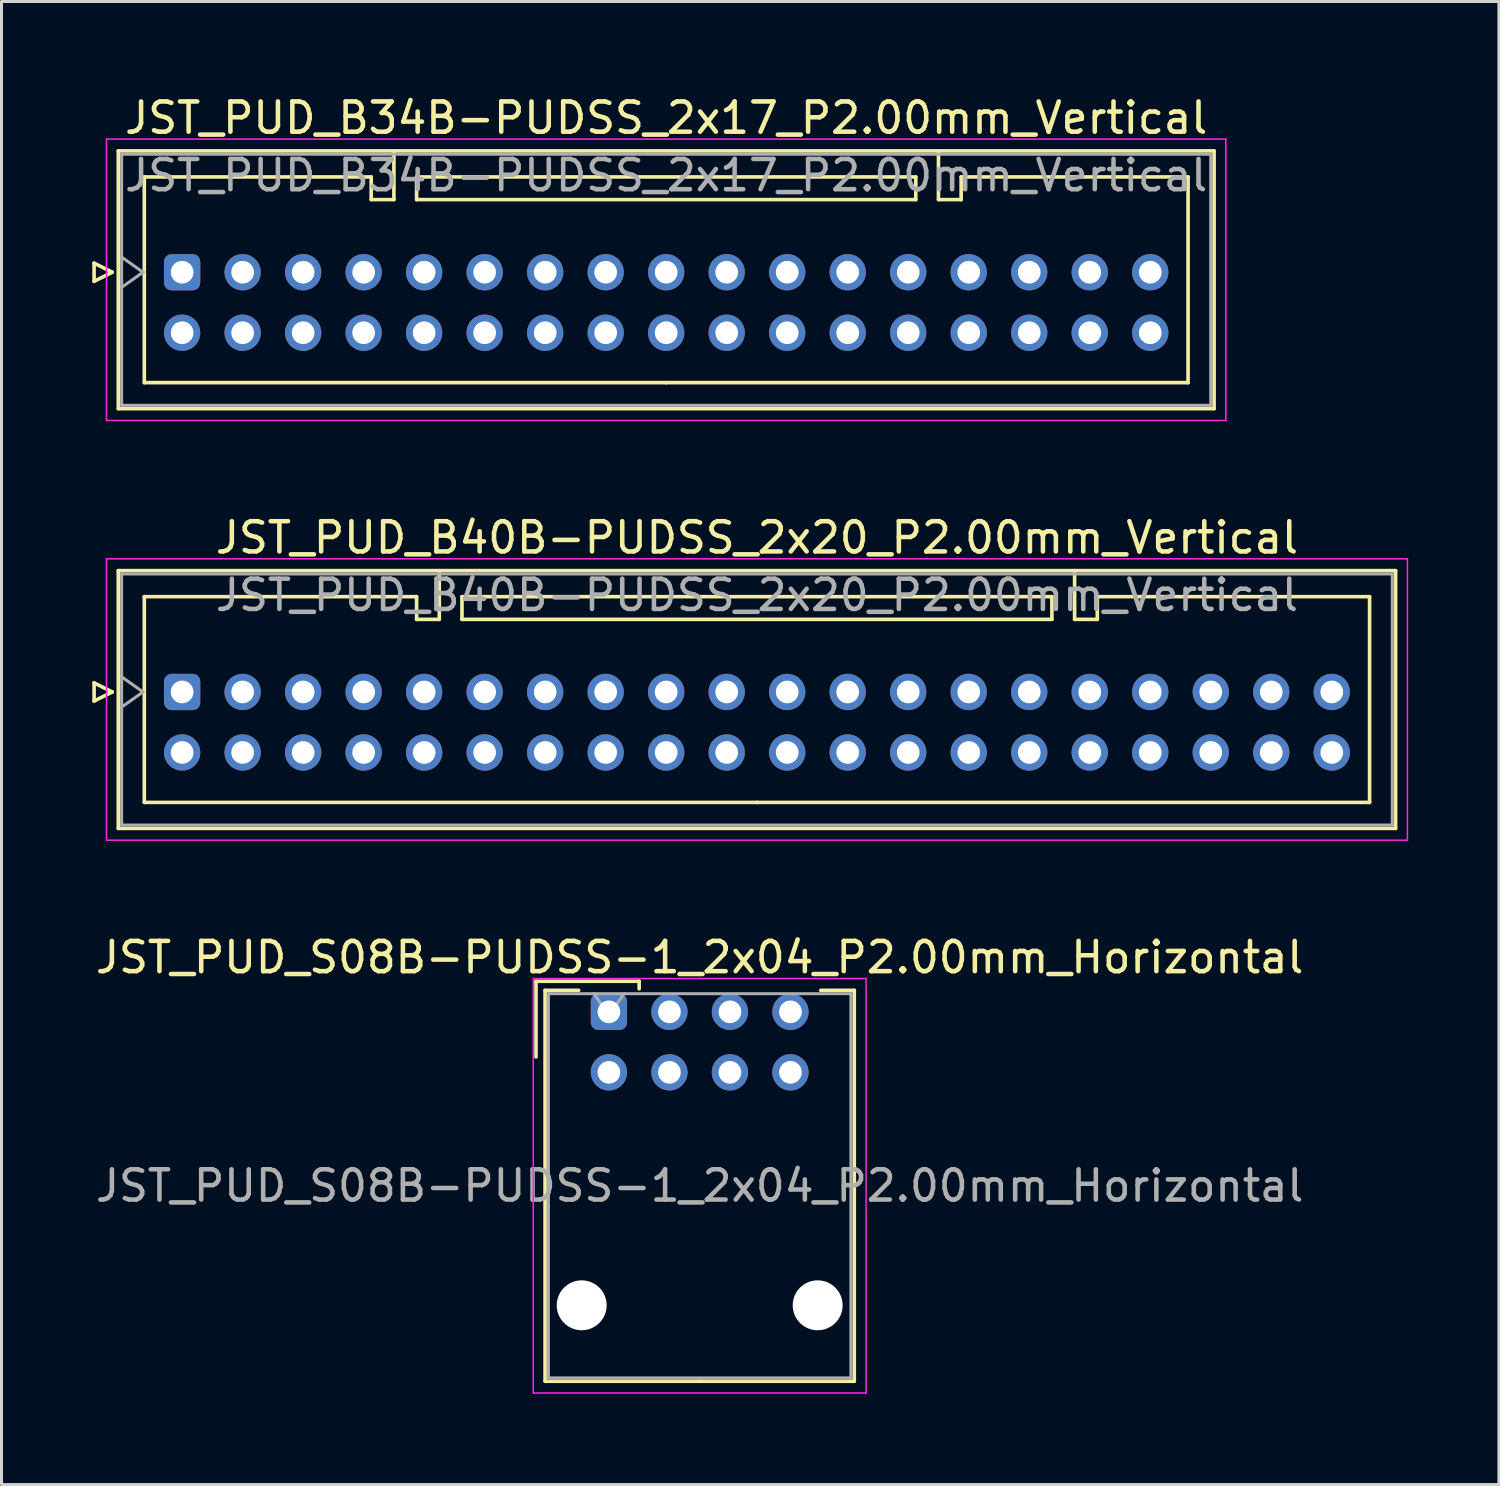
<source format=kicad_pcb>
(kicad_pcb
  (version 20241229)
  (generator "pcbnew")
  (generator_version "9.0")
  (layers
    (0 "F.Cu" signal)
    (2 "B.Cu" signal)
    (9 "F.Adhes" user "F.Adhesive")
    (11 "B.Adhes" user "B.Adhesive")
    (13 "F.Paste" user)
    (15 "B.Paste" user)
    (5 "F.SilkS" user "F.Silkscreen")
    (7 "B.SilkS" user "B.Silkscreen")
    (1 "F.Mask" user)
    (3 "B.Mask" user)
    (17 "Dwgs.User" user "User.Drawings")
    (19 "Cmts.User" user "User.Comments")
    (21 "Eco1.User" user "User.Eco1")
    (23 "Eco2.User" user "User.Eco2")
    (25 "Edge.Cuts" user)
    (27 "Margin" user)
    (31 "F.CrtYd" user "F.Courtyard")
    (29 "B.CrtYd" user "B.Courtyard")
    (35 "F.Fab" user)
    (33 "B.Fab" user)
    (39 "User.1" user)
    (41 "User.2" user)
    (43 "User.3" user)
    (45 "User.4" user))
  (footprint "JST_PUD_B34B-PUDSS_2x17_P2.00mm_Vertical"
    (layer "F.Cu")
    (at 2.97 5.948)
    (property "Reference" "JST_PUD_B34B-PUDSS_2x17_P2.00mm_Vertical" (at 16 -5.1 0) (layer "F.SilkS") (effects (font (size 1 1) (thickness 0.15))))
    (attr through_hole)
    (fp_line (start -2.91 -0.3) (end -2.31 0) (stroke (width 0.12) (type solid)) (layer "F.SilkS"))
    (fp_line (start -2.91 0.3) (end -2.91 -0.3) (stroke (width 0.12) (type solid)) (layer "F.SilkS"))
    (fp_line (start -2.31 0) (end -2.91 0.3) (stroke (width 0.12) (type solid)) (layer "F.SilkS"))
    (fp_line (start -2.11 -4.01) (end -2.11 4.51) (stroke (width 0.12) (type solid)) (layer "F.SilkS"))
    (fp_line (start -2.11 4.51) (end 34.11 4.51) (stroke (width 0.12) (type solid)) (layer "F.SilkS"))
    (fp_line (start -1.25 -3.15) (end -1.25 3.65) (stroke (width 0.12) (type solid)) (layer "F.SilkS"))
    (fp_line (start -1.25 3.65) (end 16 3.65) (stroke (width 0.12) (type solid)) (layer "F.SilkS"))
    (fp_line (start 6.25 -3.15) (end -1.25 -3.15) (stroke (width 0.12) (type solid)) (layer "F.SilkS"))
    (fp_line (start 6.25 -2.4) (end 6.25 -3.15) (stroke (width 0.12) (type solid)) (layer "F.SilkS"))
    (fp_line (start 7 -4.01) (end 7 -2.4) (stroke (width 0.12) (type solid)) (layer "F.SilkS"))
    (fp_line (start 7 -2.4) (end 6.25 -2.4) (stroke (width 0.12) (type solid)) (layer "F.SilkS"))
    (fp_line (start 7.75 -3.15) (end 7.75 -2.4) (stroke (width 0.12) (type solid)) (layer "F.SilkS"))
    (fp_line (start 7.75 -2.4) (end 24.25 -2.4) (stroke (width 0.12) (type solid)) (layer "F.SilkS"))
    (fp_line (start 24.25 -3.15) (end 7.75 -3.15) (stroke (width 0.12) (type solid)) (layer "F.SilkS"))
    (fp_line (start 24.25 -2.4) (end 24.25 -3.15) (stroke (width 0.12) (type solid)) (layer "F.SilkS"))
    (fp_line (start 25 -4.01) (end 25 -2.4) (stroke (width 0.12) (type solid)) (layer "F.SilkS"))
    (fp_line (start 25 -2.4) (end 25.75 -2.4) (stroke (width 0.12) (type solid)) (layer "F.SilkS"))
    (fp_line (start 25.75 -3.15) (end 33.25 -3.15) (stroke (width 0.12) (type solid)) (layer "F.SilkS"))
    (fp_line (start 25.75 -2.4) (end 25.75 -3.15) (stroke (width 0.12) (type solid)) (layer "F.SilkS"))
    (fp_line (start 33.25 -3.15) (end 33.25 3.65) (stroke (width 0.12) (type solid)) (layer "F.SilkS"))
    (fp_line (start 33.25 3.65) (end 16 3.65) (stroke (width 0.12) (type solid)) (layer "F.SilkS"))
    (fp_line (start 34.11 -4.01) (end -2.11 -4.01) (stroke (width 0.12) (type solid)) (layer "F.SilkS"))
    (fp_line (start 34.11 4.51) (end 34.11 -4.01) (stroke (width 0.12) (type solid)) (layer "F.SilkS"))
    (fp_line (start -2.5 -4.4) (end -2.5 4.9) (stroke (width 0.05) (type solid)) (layer "F.CrtYd"))
    (fp_line (start -2.5 4.9) (end 34.5 4.9) (stroke (width 0.05) (type solid)) (layer "F.CrtYd"))
    (fp_line (start 34.5 -4.4) (end -2.5 -4.4) (stroke (width 0.05) (type solid)) (layer "F.CrtYd"))
    (fp_line (start 34.5 4.9) (end 34.5 -4.4) (stroke (width 0.05) (type solid)) (layer "F.CrtYd"))
    (fp_line (start -2 -3.9) (end -2 4.4) (stroke (width 0.1) (type solid)) (layer "F.Fab"))
    (fp_line (start -2 0.5) (end -1.293 0) (stroke (width 0.1) (type solid)) (layer "F.Fab"))
    (fp_line (start -2 4.4) (end 34 4.4) (stroke (width 0.1) (type solid)) (layer "F.Fab"))
    (fp_line (start -1.293 0) (end -2 -0.5) (stroke (width 0.1) (type solid)) (layer "F.Fab"))
    (fp_line (start 34 -3.9) (end -2 -3.9) (stroke (width 0.1) (type solid)) (layer "F.Fab"))
    (fp_line (start 34 4.4) (end 34 -3.9) (stroke (width 0.1) (type solid)) (layer "F.Fab"))
    (fp_text user "${REFERENCE}" (at 16 -3.2 0) (layer "F.Fab") (effects (font (size 1 1) (thickness 0.15))))
    (pad "1" thru_hole roundrect (at 0 0) (size 1.2 1.2) (drill 0.75) (layers "*.Cu" "*.Mask") (roundrect_rratio 0.208))
    (pad "2" thru_hole circle (at 0 2) (size 1.2 1.2) (drill 0.75) (layers "*.Cu" "*.Mask"))
    (pad "3" thru_hole circle (at 2 0) (size 1.2 1.2) (drill 0.75) (layers "*.Cu" "*.Mask"))
    (pad "4" thru_hole circle (at 2 2) (size 1.2 1.2) (drill 0.75) (layers "*.Cu" "*.Mask"))
    (pad "5" thru_hole circle (at 4 0) (size 1.2 1.2) (drill 0.75) (layers "*.Cu" "*.Mask"))
    (pad "6" thru_hole circle (at 4 2) (size 1.2 1.2) (drill 0.75) (layers "*.Cu" "*.Mask"))
    (pad "7" thru_hole circle (at 6 0) (size 1.2 1.2) (drill 0.75) (layers "*.Cu" "*.Mask"))
    (pad "8" thru_hole circle (at 6 2) (size 1.2 1.2) (drill 0.75) (layers "*.Cu" "*.Mask"))
    (pad "9" thru_hole circle (at 8 0) (size 1.2 1.2) (drill 0.75) (layers "*.Cu" "*.Mask"))
    (pad "10" thru_hole circle (at 8 2) (size 1.2 1.2) (drill 0.75) (layers "*.Cu" "*.Mask"))
    (pad "11" thru_hole circle (at 10 0) (size 1.2 1.2) (drill 0.75) (layers "*.Cu" "*.Mask"))
    (pad "12" thru_hole circle (at 10 2) (size 1.2 1.2) (drill 0.75) (layers "*.Cu" "*.Mask"))
    (pad "13" thru_hole circle (at 12 0) (size 1.2 1.2) (drill 0.75) (layers "*.Cu" "*.Mask"))
    (pad "14" thru_hole circle (at 12 2) (size 1.2 1.2) (drill 0.75) (layers "*.Cu" "*.Mask"))
    (pad "15" thru_hole circle (at 14 0) (size 1.2 1.2) (drill 0.75) (layers "*.Cu" "*.Mask"))
    (pad "16" thru_hole circle (at 14 2) (size 1.2 1.2) (drill 0.75) (layers "*.Cu" "*.Mask"))
    (pad "17" thru_hole circle (at 16 0) (size 1.2 1.2) (drill 0.75) (layers "*.Cu" "*.Mask"))
    (pad "18" thru_hole circle (at 16 2) (size 1.2 1.2) (drill 0.75) (layers "*.Cu" "*.Mask"))
    (pad "19" thru_hole circle (at 18 0) (size 1.2 1.2) (drill 0.75) (layers "*.Cu" "*.Mask"))
    (pad "20" thru_hole circle (at 18 2) (size 1.2 1.2) (drill 0.75) (layers "*.Cu" "*.Mask"))
    (pad "21" thru_hole circle (at 20 0) (size 1.2 1.2) (drill 0.75) (layers "*.Cu" "*.Mask"))
    (pad "22" thru_hole circle (at 20 2) (size 1.2 1.2) (drill 0.75) (layers "*.Cu" "*.Mask"))
    (pad "23" thru_hole circle (at 22 0) (size 1.2 1.2) (drill 0.75) (layers "*.Cu" "*.Mask"))
    (pad "24" thru_hole circle (at 22 2) (size 1.2 1.2) (drill 0.75) (layers "*.Cu" "*.Mask"))
    (pad "25" thru_hole circle (at 24 0) (size 1.2 1.2) (drill 0.75) (layers "*.Cu" "*.Mask"))
    (pad "26" thru_hole circle (at 24 2) (size 1.2 1.2) (drill 0.75) (layers "*.Cu" "*.Mask"))
    (pad "27" thru_hole circle (at 26 0) (size 1.2 1.2) (drill 0.75) (layers "*.Cu" "*.Mask"))
    (pad "28" thru_hole circle (at 26 2) (size 1.2 1.2) (drill 0.75) (layers "*.Cu" "*.Mask"))
    (pad "29" thru_hole circle (at 28 0) (size 1.2 1.2) (drill 0.75) (layers "*.Cu" "*.Mask"))
    (pad "30" thru_hole circle (at 28 2) (size 1.2 1.2) (drill 0.75) (layers "*.Cu" "*.Mask"))
    (pad "31" thru_hole circle (at 30 0) (size 1.2 1.2) (drill 0.75) (layers "*.Cu" "*.Mask"))
    (pad "32" thru_hole circle (at 30 2) (size 1.2 1.2) (drill 0.75) (layers "*.Cu" "*.Mask"))
    (pad "33" thru_hole circle (at 32 0) (size 1.2 1.2) (drill 0.75) (layers "*.Cu" "*.Mask"))
    (pad "34" thru_hole circle (at 32 2) (size 1.2 1.2) (drill 0.75) (layers "*.Cu" "*.Mask")))
  (footprint "JST_PUD_B40B-PUDSS_2x20_P2.00mm_Vertical"
    (layer "F.Cu")
    (at 2.97 19.822)
    (property "Reference" "JST_PUD_B40B-PUDSS_2x20_P2.00mm_Vertical" (at 19 -5.1 0) (layer "F.SilkS") (effects (font (size 1 1) (thickness 0.15))))
    (attr through_hole)
    (fp_line (start -2.91 -0.3) (end -2.31 0) (stroke (width 0.12) (type solid)) (layer "F.SilkS"))
    (fp_line (start -2.91 0.3) (end -2.91 -0.3) (stroke (width 0.12) (type solid)) (layer "F.SilkS"))
    (fp_line (start -2.31 0) (end -2.91 0.3) (stroke (width 0.12) (type solid)) (layer "F.SilkS"))
    (fp_line (start -2.11 -4.01) (end -2.11 4.51) (stroke (width 0.12) (type solid)) (layer "F.SilkS"))
    (fp_line (start -2.11 4.51) (end 40.11 4.51) (stroke (width 0.12) (type solid)) (layer "F.SilkS"))
    (fp_line (start -1.25 -3.15) (end -1.25 3.65) (stroke (width 0.12) (type solid)) (layer "F.SilkS"))
    (fp_line (start -1.25 3.65) (end 19 3.65) (stroke (width 0.12) (type solid)) (layer "F.SilkS"))
    (fp_line (start 7.75 -3.15) (end -1.25 -3.15) (stroke (width 0.12) (type solid)) (layer "F.SilkS"))
    (fp_line (start 7.75 -2.4) (end 7.75 -3.15) (stroke (width 0.12) (type solid)) (layer "F.SilkS"))
    (fp_line (start 8.5 -4.01) (end 8.5 -2.4) (stroke (width 0.12) (type solid)) (layer "F.SilkS"))
    (fp_line (start 8.5 -2.4) (end 7.75 -2.4) (stroke (width 0.12) (type solid)) (layer "F.SilkS"))
    (fp_line (start 9.25 -3.15) (end 9.25 -2.4) (stroke (width 0.12) (type solid)) (layer "F.SilkS"))
    (fp_line (start 9.25 -2.4) (end 28.75 -2.4) (stroke (width 0.12) (type solid)) (layer "F.SilkS"))
    (fp_line (start 28.75 -3.15) (end 9.25 -3.15) (stroke (width 0.12) (type solid)) (layer "F.SilkS"))
    (fp_line (start 28.75 -2.4) (end 28.75 -3.15) (stroke (width 0.12) (type solid)) (layer "F.SilkS"))
    (fp_line (start 29.5 -4.01) (end 29.5 -2.4) (stroke (width 0.12) (type solid)) (layer "F.SilkS"))
    (fp_line (start 29.5 -2.4) (end 30.25 -2.4) (stroke (width 0.12) (type solid)) (layer "F.SilkS"))
    (fp_line (start 30.25 -3.15) (end 39.25 -3.15) (stroke (width 0.12) (type solid)) (layer "F.SilkS"))
    (fp_line (start 30.25 -2.4) (end 30.25 -3.15) (stroke (width 0.12) (type solid)) (layer "F.SilkS"))
    (fp_line (start 39.25 -3.15) (end 39.25 3.65) (stroke (width 0.12) (type solid)) (layer "F.SilkS"))
    (fp_line (start 39.25 3.65) (end 19 3.65) (stroke (width 0.12) (type solid)) (layer "F.SilkS"))
    (fp_line (start 40.11 -4.01) (end -2.11 -4.01) (stroke (width 0.12) (type solid)) (layer "F.SilkS"))
    (fp_line (start 40.11 4.51) (end 40.11 -4.01) (stroke (width 0.12) (type solid)) (layer "F.SilkS"))
    (fp_line (start -2.5 -4.4) (end -2.5 4.9) (stroke (width 0.05) (type solid)) (layer "F.CrtYd"))
    (fp_line (start -2.5 4.9) (end 40.5 4.9) (stroke (width 0.05) (type solid)) (layer "F.CrtYd"))
    (fp_line (start 40.5 -4.4) (end -2.5 -4.4) (stroke (width 0.05) (type solid)) (layer "F.CrtYd"))
    (fp_line (start 40.5 4.9) (end 40.5 -4.4) (stroke (width 0.05) (type solid)) (layer "F.CrtYd"))
    (fp_line (start -2 -3.9) (end -2 4.4) (stroke (width 0.1) (type solid)) (layer "F.Fab"))
    (fp_line (start -2 0.5) (end -1.293 0) (stroke (width 0.1) (type solid)) (layer "F.Fab"))
    (fp_line (start -2 4.4) (end 40 4.4) (stroke (width 0.1) (type solid)) (layer "F.Fab"))
    (fp_line (start -1.293 0) (end -2 -0.5) (stroke (width 0.1) (type solid)) (layer "F.Fab"))
    (fp_line (start 40 -3.9) (end -2 -3.9) (stroke (width 0.1) (type solid)) (layer "F.Fab"))
    (fp_line (start 40 4.4) (end 40 -3.9) (stroke (width 0.1) (type solid)) (layer "F.Fab"))
    (fp_text user "${REFERENCE}" (at 19 -3.2 0) (layer "F.Fab") (effects (font (size 1 1) (thickness 0.15))))
    (pad "1" thru_hole roundrect (at 0 0) (size 1.2 1.2) (drill 0.75) (layers "*.Cu" "*.Mask") (roundrect_rratio 0.208))
    (pad "2" thru_hole circle (at 0 2) (size 1.2 1.2) (drill 0.75) (layers "*.Cu" "*.Mask"))
    (pad "3" thru_hole circle (at 2 0) (size 1.2 1.2) (drill 0.75) (layers "*.Cu" "*.Mask"))
    (pad "4" thru_hole circle (at 2 2) (size 1.2 1.2) (drill 0.75) (layers "*.Cu" "*.Mask"))
    (pad "5" thru_hole circle (at 4 0) (size 1.2 1.2) (drill 0.75) (layers "*.Cu" "*.Mask"))
    (pad "6" thru_hole circle (at 4 2) (size 1.2 1.2) (drill 0.75) (layers "*.Cu" "*.Mask"))
    (pad "7" thru_hole circle (at 6 0) (size 1.2 1.2) (drill 0.75) (layers "*.Cu" "*.Mask"))
    (pad "8" thru_hole circle (at 6 2) (size 1.2 1.2) (drill 0.75) (layers "*.Cu" "*.Mask"))
    (pad "9" thru_hole circle (at 8 0) (size 1.2 1.2) (drill 0.75) (layers "*.Cu" "*.Mask"))
    (pad "10" thru_hole circle (at 8 2) (size 1.2 1.2) (drill 0.75) (layers "*.Cu" "*.Mask"))
    (pad "11" thru_hole circle (at 10 0) (size 1.2 1.2) (drill 0.75) (layers "*.Cu" "*.Mask"))
    (pad "12" thru_hole circle (at 10 2) (size 1.2 1.2) (drill 0.75) (layers "*.Cu" "*.Mask"))
    (pad "13" thru_hole circle (at 12 0) (size 1.2 1.2) (drill 0.75) (layers "*.Cu" "*.Mask"))
    (pad "14" thru_hole circle (at 12 2) (size 1.2 1.2) (drill 0.75) (layers "*.Cu" "*.Mask"))
    (pad "15" thru_hole circle (at 14 0) (size 1.2 1.2) (drill 0.75) (layers "*.Cu" "*.Mask"))
    (pad "16" thru_hole circle (at 14 2) (size 1.2 1.2) (drill 0.75) (layers "*.Cu" "*.Mask"))
    (pad "17" thru_hole circle (at 16 0) (size 1.2 1.2) (drill 0.75) (layers "*.Cu" "*.Mask"))
    (pad "18" thru_hole circle (at 16 2) (size 1.2 1.2) (drill 0.75) (layers "*.Cu" "*.Mask"))
    (pad "19" thru_hole circle (at 18 0) (size 1.2 1.2) (drill 0.75) (layers "*.Cu" "*.Mask"))
    (pad "20" thru_hole circle (at 18 2) (size 1.2 1.2) (drill 0.75) (layers "*.Cu" "*.Mask"))
    (pad "21" thru_hole circle (at 20 0) (size 1.2 1.2) (drill 0.75) (layers "*.Cu" "*.Mask"))
    (pad "22" thru_hole circle (at 20 2) (size 1.2 1.2) (drill 0.75) (layers "*.Cu" "*.Mask"))
    (pad "23" thru_hole circle (at 22 0) (size 1.2 1.2) (drill 0.75) (layers "*.Cu" "*.Mask"))
    (pad "24" thru_hole circle (at 22 2) (size 1.2 1.2) (drill 0.75) (layers "*.Cu" "*.Mask"))
    (pad "25" thru_hole circle (at 24 0) (size 1.2 1.2) (drill 0.75) (layers "*.Cu" "*.Mask"))
    (pad "26" thru_hole circle (at 24 2) (size 1.2 1.2) (drill 0.75) (layers "*.Cu" "*.Mask"))
    (pad "27" thru_hole circle (at 26 0) (size 1.2 1.2) (drill 0.75) (layers "*.Cu" "*.Mask"))
    (pad "28" thru_hole circle (at 26 2) (size 1.2 1.2) (drill 0.75) (layers "*.Cu" "*.Mask"))
    (pad "29" thru_hole circle (at 28 0) (size 1.2 1.2) (drill 0.75) (layers "*.Cu" "*.Mask"))
    (pad "30" thru_hole circle (at 28 2) (size 1.2 1.2) (drill 0.75) (layers "*.Cu" "*.Mask"))
    (pad "31" thru_hole circle (at 30 0) (size 1.2 1.2) (drill 0.75) (layers "*.Cu" "*.Mask"))
    (pad "32" thru_hole circle (at 30 2) (size 1.2 1.2) (drill 0.75) (layers "*.Cu" "*.Mask"))
    (pad "33" thru_hole circle (at 32 0) (size 1.2 1.2) (drill 0.75) (layers "*.Cu" "*.Mask"))
    (pad "34" thru_hole circle (at 32 2) (size 1.2 1.2) (drill 0.75) (layers "*.Cu" "*.Mask"))
    (pad "35" thru_hole circle (at 34 0) (size 1.2 1.2) (drill 0.75) (layers "*.Cu" "*.Mask"))
    (pad "36" thru_hole circle (at 34 2) (size 1.2 1.2) (drill 0.75) (layers "*.Cu" "*.Mask"))
    (pad "37" thru_hole circle (at 36 0) (size 1.2 1.2) (drill 0.75) (layers "*.Cu" "*.Mask"))
    (pad "38" thru_hole circle (at 36 2) (size 1.2 1.2) (drill 0.75) (layers "*.Cu" "*.Mask"))
    (pad "39" thru_hole circle (at 38 0) (size 1.2 1.2) (drill 0.75) (layers "*.Cu" "*.Mask"))
    (pad "40" thru_hole circle (at 38 2) (size 1.2 1.2) (drill 0.75) (layers "*.Cu" "*.Mask")))
  (footprint "JST_PUD_S08B-PUDSS-1_2x04_P2.00mm_Horizontal"
    (layer "F.Cu")
    (at 17.077 30.395)
    (property "Reference" "JST_PUD_S08B-PUDSS-1_2x04_P2.00mm_Horizontal" (at 3 -1.8 0) (layer "F.SilkS") (effects (font (size 1 1) (thickness 0.15))))
    (attr through_hole)
    (fp_line (start -2.41 -1.01) (end -2.41 1.49) (stroke (width 0.12) (type solid)) (layer "F.SilkS"))
    (fp_line (start -2.11 -0.71) (end -2.11 12.21) (stroke (width 0.12) (type solid)) (layer "F.SilkS"))
    (fp_line (start -2.11 12.21) (end 3 12.21) (stroke (width 0.12) (type solid)) (layer "F.SilkS"))
    (fp_line (start -1 -0.71) (end -2.11 -0.71) (stroke (width 0.12) (type solid)) (layer "F.SilkS"))
    (fp_line (start 1 -1.01) (end -2.41 -1.01) (stroke (width 0.12) (type solid)) (layer "F.SilkS"))
    (fp_line (start 1 -0.76) (end 1 -1.01) (stroke (width 0.12) (type solid)) (layer "F.SilkS"))
    (fp_line (start 7 -0.71) (end 8.11 -0.71) (stroke (width 0.12) (type solid)) (layer "F.SilkS"))
    (fp_line (start 8.11 -0.71) (end 8.11 12.21) (stroke (width 0.12) (type solid)) (layer "F.SilkS"))
    (fp_line (start 8.11 12.21) (end 3 12.21) (stroke (width 0.12) (type solid)) (layer "F.SilkS"))
    (fp_line (start -2.5 -1.1) (end -2.5 12.6) (stroke (width 0.05) (type solid)) (layer "F.CrtYd"))
    (fp_line (start -2.5 12.6) (end 8.5 12.6) (stroke (width 0.05) (type solid)) (layer "F.CrtYd"))
    (fp_line (start 8.5 -1.1) (end -2.5 -1.1) (stroke (width 0.05) (type solid)) (layer "F.CrtYd"))
    (fp_line (start 8.5 12.6) (end 8.5 -1.1) (stroke (width 0.05) (type solid)) (layer "F.CrtYd"))
    (fp_line (start -2 -0.6) (end -2 12.1) (stroke (width 0.1) (type solid)) (layer "F.Fab"))
    (fp_line (start -2 12.1) (end 8 12.1) (stroke (width 0.1) (type solid)) (layer "F.Fab"))
    (fp_line (start 0 0.107) (end -0.5 -0.6) (stroke (width 0.1) (type solid)) (layer "F.Fab"))
    (fp_line (start 0.5 -0.6) (end 0 0.107) (stroke (width 0.1) (type solid)) (layer "F.Fab"))
    (fp_line (start 8 -0.6) (end -2 -0.6) (stroke (width 0.1) (type solid)) (layer "F.Fab"))
    (fp_line (start 8 12.1) (end 8 -0.6) (stroke (width 0.1) (type solid)) (layer "F.Fab"))
    (fp_text user "${REFERENCE}" (at 3 5.75 0) (layer "F.Fab") (effects (font (size 1 1) (thickness 0.15))))
    (pad "" np_thru_hole circle (at -0.9 9.7) (size 1.65 1.65) (drill 1.65) (layers "*.Cu" "*.Mask"))
    (pad "" np_thru_hole circle (at 6.9 9.7) (size 1.65 1.65) (drill 1.65) (layers "*.Cu" "*.Mask"))
    (pad "1" thru_hole roundrect (at 0 0) (size 1.2 1.2) (drill 0.75) (layers "*.Cu" "*.Mask") (roundrect_rratio 0.208))
    (pad "2" thru_hole circle (at 0 2) (size 1.2 1.2) (drill 0.75) (layers "*.Cu" "*.Mask"))
    (pad "3" thru_hole circle (at 2 0) (size 1.2 1.2) (drill 0.75) (layers "*.Cu" "*.Mask"))
    (pad "4" thru_hole circle (at 2 2) (size 1.2 1.2) (drill 0.75) (layers "*.Cu" "*.Mask"))
    (pad "5" thru_hole circle (at 4 0) (size 1.2 1.2) (drill 0.75) (layers "*.Cu" "*.Mask"))
    (pad "6" thru_hole circle (at 4 2) (size 1.2 1.2) (drill 0.75) (layers "*.Cu" "*.Mask"))
    (pad "7" thru_hole circle (at 6 0) (size 1.2 1.2) (drill 0.75) (layers "*.Cu" "*.Mask"))
    (pad "8" thru_hole circle (at 6 2) (size 1.2 1.2) (drill 0.75) (layers "*.Cu" "*.Mask")))
  (gr_rect
    (start -3 -3)
    (end 46.495 46.02)
    (stroke (width 0.1) (type default))
    (fill no)
    (layer "Edge.Cuts")))
</source>
